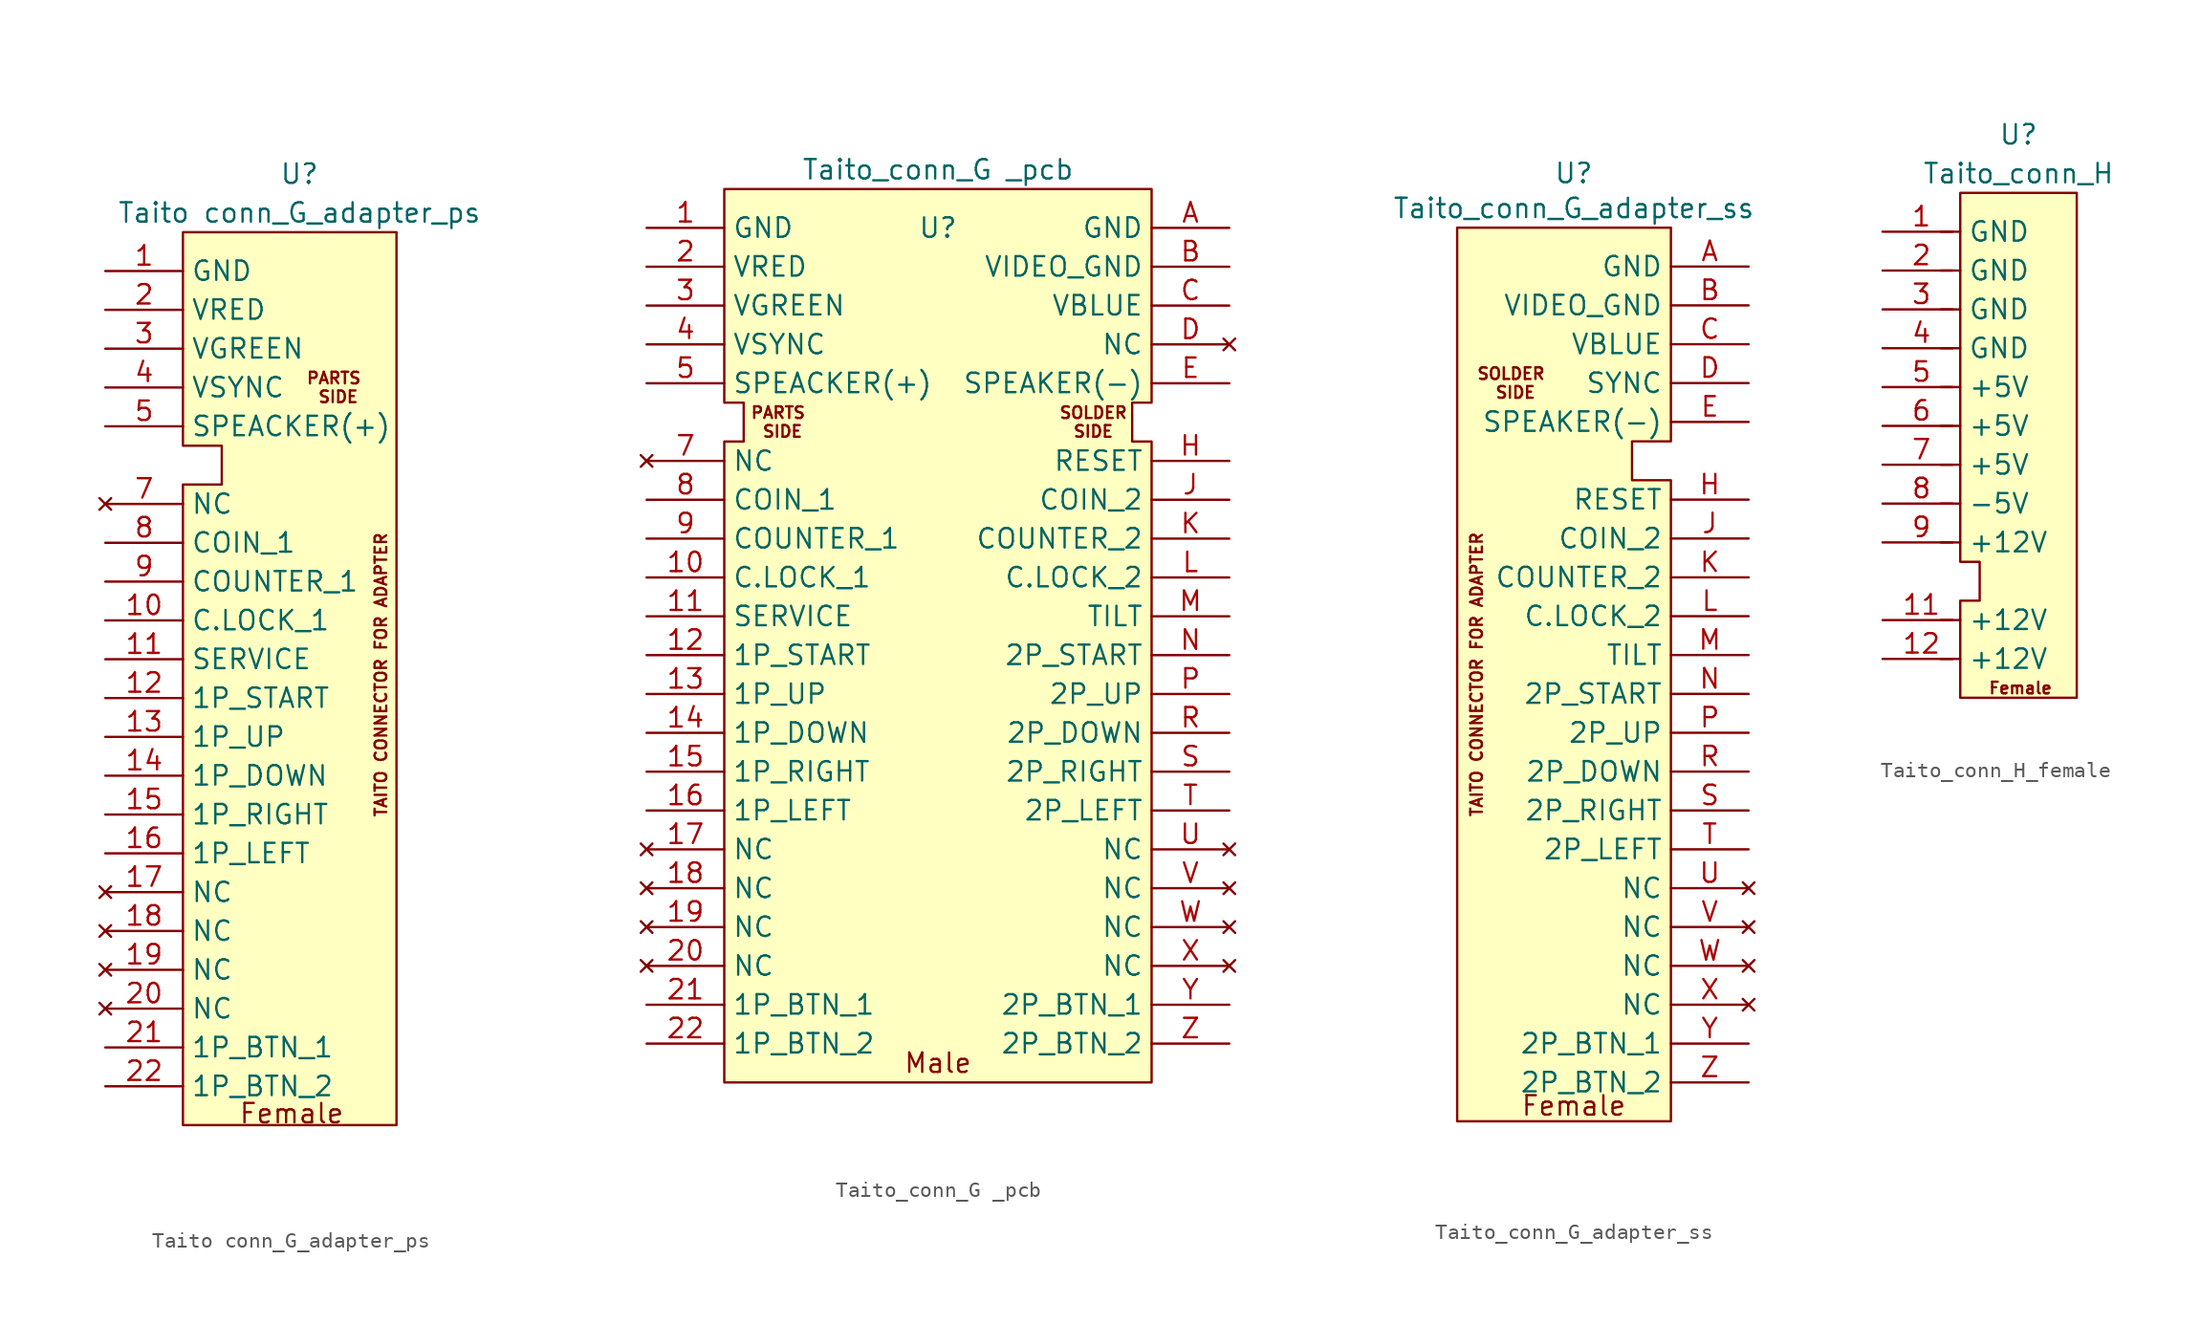
<source format=kicad_sym>
(kicad_symbol_lib
  (version 20220914)
  (generator kicad_symbol_editor)
  (symbol "Taito conn_G_adapter_ps"
    (property "Reference" "U"
      (at 0 31.75 0)
      (effects (font (size 1.27 1.27))))
    (property "Value" "Taito conn_G_adapter_ps"
      (at 0 29.21 0)
      (effects (font (size 1.27 1.27))))
    (symbol "Taito conn_G_adapter_ps_1_1"
      (polyline (pts (xy -5.08 13.97) (xy -7.62 13.97) (xy -7.62 27.94) (xy 6.35 27.94) (xy 6.35 -30.48) (xy -7.62 -30.48) (xy -7.62 11.43) (xy -5.08 11.43) (xy -5.08 13.97)) (stroke (width 0) (type default)) (fill (type background)))
      (text "Female" (at -0.508 -29.718 0) (effects (font (size 1.27 1.27))))
      (text "PARTS \nSIDE" (at 2.54 17.78 0) (effects (font (size 0.762 0.762))))
      (text "TAITO CONNECTOR FOR ADAPTER" (at 5.334 -1.016 900) (effects (font (size 0.762 0.762))))
      (pin passive line (at -12.7 25.4 0) (length 5.08) (name "GND" (effects (font (size 1.27 1.27)))) (number "1" (effects (font (size 1.27 1.27)))))
      (pin input line (at -12.7 2.54 0) (length 5.08) (name "C.LOCK_1" (effects (font (size 1.27 1.27)))) (number "10" (effects (font (size 1.27 1.27)))))
      (pin output line (at -12.7 0 0) (length 5.08) (name "SERVICE" (effects (font (size 1.27 1.27)))) (number "11" (effects (font (size 1.27 1.27)))))
      (pin output line (at -12.7 -2.54 0) (length 5.08) (name "1P_START" (effects (font (size 1.27 1.27)))) (number "12" (effects (font (size 1.27 1.27)))))
      (pin output line (at -12.7 -5.08 0) (length 5.08) (name "1P_UP" (effects (font (size 1.27 1.27)))) (number "13" (effects (font (size 1.27 1.27)))))
      (pin output line (at -12.7 -7.62 0) (length 5.08) (name "1P_DOWN" (effects (font (size 1.27 1.27)))) (number "14" (effects (font (size 1.27 1.27)))))
      (pin output line (at -12.7 -10.16 0) (length 5.08) (name "1P_RIGHT" (effects (font (size 1.27 1.27)))) (number "15" (effects (font (size 1.27 1.27)))))
      (pin output line (at -12.7 -12.7 0) (length 5.08) (name "1P_LEFT" (effects (font (size 1.27 1.27)))) (number "16" (effects (font (size 1.27 1.27)))))
      (pin no_connect line (at -12.7 -15.24 0) (length 5.08) (name "NC" (effects (font (size 1.27 1.27)))) (number "17" (effects (font (size 1.27 1.27)))))
      (pin no_connect line (at -12.7 -17.78 0) (length 5.08) (name "NC" (effects (font (size 1.27 1.27)))) (number "18" (effects (font (size 1.27 1.27)))))
      (pin no_connect line (at -12.7 -20.32 0) (length 5.08) (name "NC" (effects (font (size 1.27 1.27)))) (number "19" (effects (font (size 1.27 1.27)))))
      (pin input line (at -12.7 22.86 0) (length 5.08) (name "VRED" (effects (font (size 1.27 1.27)))) (number "2" (effects (font (size 1.27 1.27)))))
      (pin no_connect line (at -12.7 -22.86 0) (length 5.08) (name "NC" (effects (font (size 1.27 1.27)))) (number "20" (effects (font (size 1.27 1.27)))))
      (pin output line (at -12.7 -25.4 0) (length 5.08) (name "1P_BTN_1" (effects (font (size 1.27 1.27)))) (number "21" (effects (font (size 1.27 1.27)))))
      (pin output line (at -12.7 -27.94 0) (length 5.08) (name "1P_BTN_2" (effects (font (size 1.27 1.27)))) (number "22" (effects (font (size 1.27 1.27)))))
      (pin input line (at -12.7 20.32 0) (length 5.08) (name "VGREEN" (effects (font (size 1.27 1.27)))) (number "3" (effects (font (size 1.27 1.27)))))
      (pin input line (at -12.7 17.78 0) (length 5.08) (name "VSYNC" (effects (font (size 1.27 1.27)))) (number "4" (effects (font (size 1.27 1.27)))))
      (pin input line (at -12.7 15.24 0) (length 5.08) (name "SPEACKER(+)" (effects (font (size 1.27 1.27)))) (number "5" (effects (font (size 1.27 1.27)))))
      (pin no_connect line (at -12.7 10.16 0) (length 5.08) (name "NC" (effects (font (size 1.27 1.27)))) (number "7" (effects (font (size 1.27 1.27)))))
      (pin output line (at -12.7 7.62 0) (length 5.08) (name "COIN_1" (effects (font (size 1.27 1.27)))) (number "8" (effects (font (size 1.27 1.27)))))
      (pin input line (at -12.7 5.08 0) (length 5.08) (name "COUNTER_1" (effects (font (size 1.27 1.27)))) (number "9" (effects (font (size 1.27 1.27)))))))
  (symbol "Taito_conn_G _pcb"
    (property "Reference" "U"
      (at 0 27.94 0)
      (effects (font (size 1.27 1.27))))
    (property "Value" "Taito_conn_G _pcb"
      (at 0 31.75 0)
      (effects (font (size 1.27 1.27))))
    (symbol "Taito_conn_G _pcb_0_1"
      (polyline (pts (xy -13.97 30.48) (xy -13.97 16.51) (xy -12.7 16.51) (xy -12.7 13.97) (xy -13.97 13.97) (xy -13.97 -27.94) (xy 13.97 -27.94) (xy 13.97 13.97) (xy 12.7 13.97) (xy 12.7 16.51) (xy 13.97 16.51) (xy 13.97 30.48) (xy -13.97 30.48)) (stroke (width 0) (type default)) (fill (type background))))
    (symbol "Taito_conn_G _pcb_1_1"
      (text "Male" (at 0 -26.67 0) (effects (font (size 1.27 1.27))))
      (text "PARTS \nSIDE" (at -10.16 15.24 0) (effects (font (size 0.762 0.762))))
      (text "SOLDER\nSIDE" (at 10.16 15.24 0) (effects (font (size 0.762 0.762))))
      (pin passive line (at -19.05 27.94 0) (length 5.08) (name "GND" (effects (font (size 1.27 1.27)))) (number "1" (effects (font (size 1.27 1.27)))))
      (pin output line (at -19.05 5.08 0) (length 5.08) (name "C.LOCK_1" (effects (font (size 1.27 1.27)))) (number "10" (effects (font (size 1.27 1.27)))))
      (pin input line (at -19.05 2.54 0) (length 5.08) (name "SERVICE" (effects (font (size 1.27 1.27)))) (number "11" (effects (font (size 1.27 1.27)))))
      (pin input line (at -19.05 0 0) (length 5.08) (name "1P_START" (effects (font (size 1.27 1.27)))) (number "12" (effects (font (size 1.27 1.27)))))
      (pin input line (at -19.05 -2.54 0) (length 5.08) (name "1P_UP" (effects (font (size 1.27 1.27)))) (number "13" (effects (font (size 1.27 1.27)))))
      (pin input line (at -19.05 -5.08 0) (length 5.08) (name "1P_DOWN" (effects (font (size 1.27 1.27)))) (number "14" (effects (font (size 1.27 1.27)))))
      (pin input line (at -19.05 -7.62 0) (length 5.08) (name "1P_RIGHT" (effects (font (size 1.27 1.27)))) (number "15" (effects (font (size 1.27 1.27)))))
      (pin input line (at -19.05 -10.16 0) (length 5.08) (name "1P_LEFT" (effects (font (size 1.27 1.27)))) (number "16" (effects (font (size 1.27 1.27)))))
      (pin no_connect line (at -19.05 -12.7 0) (length 5.08) (name "NC" (effects (font (size 1.27 1.27)))) (number "17" (effects (font (size 1.27 1.27)))))
      (pin no_connect line (at -19.05 -15.24 0) (length 5.08) (name "NC" (effects (font (size 1.27 1.27)))) (number "18" (effects (font (size 1.27 1.27)))))
      (pin no_connect line (at -19.05 -17.78 0) (length 5.08) (name "NC" (effects (font (size 1.27 1.27)))) (number "19" (effects (font (size 1.27 1.27)))))
      (pin output line (at -19.05 25.4 0) (length 5.08) (name "VRED" (effects (font (size 1.27 1.27)))) (number "2" (effects (font (size 1.27 1.27)))))
      (pin no_connect line (at -19.05 -20.32 0) (length 5.08) (name "NC" (effects (font (size 1.27 1.27)))) (number "20" (effects (font (size 1.27 1.27)))))
      (pin input line (at -19.05 -22.86 0) (length 5.08) (name "1P_BTN_1" (effects (font (size 1.27 1.27)))) (number "21" (effects (font (size 1.27 1.27)))))
      (pin input line (at -19.05 -25.4 0) (length 5.08) (name "1P_BTN_2" (effects (font (size 1.27 1.27)))) (number "22" (effects (font (size 1.27 1.27)))))
      (pin output line (at -19.05 22.86 0) (length 5.08) (name "VGREEN" (effects (font (size 1.27 1.27)))) (number "3" (effects (font (size 1.27 1.27)))))
      (pin output line (at -19.05 20.32 0) (length 5.08) (name "VSYNC" (effects (font (size 1.27 1.27)))) (number "4" (effects (font (size 1.27 1.27)))))
      (pin output line (at -19.05 17.78 0) (length 5.08) (name "SPEACKER(+)" (effects (font (size 1.27 1.27)))) (number "5" (effects (font (size 1.27 1.27)))))
      (pin no_connect line (at -19.05 12.7 0) (length 5.08) (name "NC" (effects (font (size 1.27 1.27)))) (number "7" (effects (font (size 1.27 1.27)))))
      (pin input line (at -19.05 10.16 0) (length 5.08) (name "COIN_1" (effects (font (size 1.27 1.27)))) (number "8" (effects (font (size 1.27 1.27)))))
      (pin output line (at -19.05 7.62 0) (length 5.08) (name "COUNTER_1" (effects (font (size 1.27 1.27)))) (number "9" (effects (font (size 1.27 1.27)))))
      (pin passive line (at 19.05 27.94 180) (length 5.08) (name "GND" (effects (font (size 1.27 1.27)))) (number "A" (effects (font (size 1.27 1.27)))))
      (pin passive line (at 19.05 25.4 180) (length 5.08) (name "VIDEO_GND" (effects (font (size 1.27 1.27)))) (number "B" (effects (font (size 1.27 1.27)))))
      (pin output line (at 19.05 22.86 180) (length 5.08) (name "VBLUE" (effects (font (size 1.27 1.27)))) (number "C" (effects (font (size 1.27 1.27)))))
      (pin no_connect line (at 19.05 20.32 180) (length 5.08) (name "NC" (effects (font (size 1.27 1.27)))) (number "D" (effects (font (size 1.27 1.27)))))
      (pin output line (at 19.05 17.78 180) (length 5.08) (name "SPEAKER(-)" (effects (font (size 1.27 1.27)))) (number "E" (effects (font (size 1.27 1.27)))))
      (pin passive line (at 19.05 12.7 180) (length 5.08) (name "RESET" (effects (font (size 1.27 1.27)))) (number "H" (effects (font (size 1.27 1.27)))))
      (pin input line (at 19.05 10.16 180) (length 5.08) (name "COIN_2" (effects (font (size 1.27 1.27)))) (number "J" (effects (font (size 1.27 1.27)))))
      (pin output line (at 19.05 7.62 180) (length 5.08) (name "COUNTER_2" (effects (font (size 1.27 1.27)))) (number "K" (effects (font (size 1.27 1.27)))))
      (pin output line (at 19.05 5.08 180) (length 5.08) (name "C.LOCK_2" (effects (font (size 1.27 1.27)))) (number "L" (effects (font (size 1.27 1.27)))))
      (pin input line (at 19.05 2.54 180) (length 5.08) (name "TILT" (effects (font (size 1.27 1.27)))) (number "M" (effects (font (size 1.27 1.27)))))
      (pin input line (at 19.05 0 180) (length 5.08) (name "2P_START" (effects (font (size 1.27 1.27)))) (number "N" (effects (font (size 1.27 1.27)))))
      (pin input line (at 19.05 -2.54 180) (length 5.08) (name "2P_UP" (effects (font (size 1.27 1.27)))) (number "P" (effects (font (size 1.27 1.27)))))
      (pin input line (at 19.05 -5.08 180) (length 5.08) (name "2P_DOWN" (effects (font (size 1.27 1.27)))) (number "R" (effects (font (size 1.27 1.27)))))
      (pin input line (at 19.05 -7.62 180) (length 5.08) (name "2P_RIGHT" (effects (font (size 1.27 1.27)))) (number "S" (effects (font (size 1.27 1.27)))))
      (pin input line (at 19.05 -10.16 180) (length 5.08) (name "2P_LEFT" (effects (font (size 1.27 1.27)))) (number "T" (effects (font (size 1.27 1.27)))))
      (pin no_connect line (at 19.05 -12.7 180) (length 5.08) (name "NC" (effects (font (size 1.27 1.27)))) (number "U" (effects (font (size 1.27 1.27)))))
      (pin no_connect line (at 19.05 -15.24 180) (length 5.08) (name "NC" (effects (font (size 1.27 1.27)))) (number "V" (effects (font (size 1.27 1.27)))))
      (pin no_connect line (at 19.05 -17.78 180) (length 5.08) (name "NC" (effects (font (size 1.27 1.27)))) (number "W" (effects (font (size 1.27 1.27)))))
      (pin no_connect line (at 19.05 -20.32 180) (length 5.08) (name "NC" (effects (font (size 1.27 1.27)))) (number "X" (effects (font (size 1.27 1.27)))))
      (pin input line (at 19.05 -22.86 180) (length 5.08) (name "2P_BTN_1" (effects (font (size 1.27 1.27)))) (number "Y" (effects (font (size 1.27 1.27)))))
      (pin input line (at 19.05 -25.4 180) (length 5.08) (name "2P_BTN_2" (effects (font (size 1.27 1.27)))) (number "Z" (effects (font (size 1.27 1.27)))))))
  (symbol "Taito_conn_G_adapter_ss"
    (property "Reference" "U"
      (at 0 31.496 0)
      (effects (font (size 1.27 1.27))))
    (property "Value" "Taito_conn_G_adapter_ss"
      (at 0 29.21 0)
      (effects (font (size 1.27 1.27))))
    (symbol "Taito_conn_G_adapter_ss_1_1"
      (polyline (pts (xy 3.81 13.97) (xy 6.35 13.97) (xy 6.35 27.94) (xy -7.62 27.94) (xy -7.62 -30.48) (xy 6.35 -30.48) (xy 6.35 11.43) (xy 3.81 11.43) (xy 3.81 13.97)) (stroke (width 0) (type default)) (fill (type background)))
      (text "Female" (at 0 -29.464 0) (effects (font (size 1.27 1.27))))
      (text "SOLDER \nSIDE" (at -3.81 17.78 0) (effects (font (size 0.762 0.762))))
      (text "TAITO CONNECTOR FOR ADAPTER" (at -6.35 -1.27 900) (effects (font (size 0.762 0.762))))
      (pin power_out line (at 11.43 25.4 180) (length 5.08) (name "GND" (effects (font (size 1.27 1.27)))) (number "A" (effects (font (size 1.27 1.27)))))
      (pin passive line (at 11.43 22.86 180) (length 5.08) (name "VIDEO_GND" (effects (font (size 1.27 1.27)))) (number "B" (effects (font (size 1.27 1.27)))))
      (pin input line (at 11.43 20.32 180) (length 5.08) (name "VBLUE" (effects (font (size 1.27 1.27)))) (number "C" (effects (font (size 1.27 1.27)))))
      (pin passive line (at 11.43 17.78 180) (length 5.08) (name "SYNC" (effects (font (size 1.27 1.27)))) (number "D" (effects (font (size 1.27 1.27)))))
      (pin input line (at 11.43 15.24 180) (length 5.08) (name "SPEAKER(-)" (effects (font (size 1.27 1.27)))) (number "E" (effects (font (size 1.27 1.27)))))
      (pin passive line (at 11.43 10.16 180) (length 5.08) (name "RESET" (effects (font (size 1.27 1.27)))) (number "H" (effects (font (size 1.27 1.27)))))
      (pin output line (at 11.43 7.62 180) (length 5.08) (name "COIN_2" (effects (font (size 1.27 1.27)))) (number "J" (effects (font (size 1.27 1.27)))))
      (pin input line (at 11.43 5.08 180) (length 5.08) (name "COUNTER_2" (effects (font (size 1.27 1.27)))) (number "K" (effects (font (size 1.27 1.27)))))
      (pin input line (at 11.43 2.54 180) (length 5.08) (name "C.LOCK_2" (effects (font (size 1.27 1.27)))) (number "L" (effects (font (size 1.27 1.27)))))
      (pin output line (at 11.43 0 180) (length 5.08) (name "TILT" (effects (font (size 1.27 1.27)))) (number "M" (effects (font (size 1.27 1.27)))))
      (pin output line (at 11.43 -2.54 180) (length 5.08) (name "2P_START" (effects (font (size 1.27 1.27)))) (number "N" (effects (font (size 1.27 1.27)))))
      (pin output line (at 11.43 -5.08 180) (length 5.08) (name "2P_UP" (effects (font (size 1.27 1.27)))) (number "P" (effects (font (size 1.27 1.27)))))
      (pin output line (at 11.43 -7.62 180) (length 5.08) (name "2P_DOWN" (effects (font (size 1.27 1.27)))) (number "R" (effects (font (size 1.27 1.27)))))
      (pin output line (at 11.43 -10.16 180) (length 5.08) (name "2P_RIGHT" (effects (font (size 1.27 1.27)))) (number "S" (effects (font (size 1.27 1.27)))))
      (pin output line (at 11.43 -12.7 180) (length 5.08) (name "2P_LEFT" (effects (font (size 1.27 1.27)))) (number "T" (effects (font (size 1.27 1.27)))))
      (pin no_connect line (at 11.43 -15.24 180) (length 5.08) (name "NC" (effects (font (size 1.27 1.27)))) (number "U" (effects (font (size 1.27 1.27)))))
      (pin no_connect line (at 11.43 -17.78 180) (length 5.08) (name "NC" (effects (font (size 1.27 1.27)))) (number "V" (effects (font (size 1.27 1.27)))))
      (pin no_connect line (at 11.43 -20.32 180) (length 5.08) (name "NC" (effects (font (size 1.27 1.27)))) (number "W" (effects (font (size 1.27 1.27)))))
      (pin no_connect line (at 11.43 -22.86 180) (length 5.08) (name "NC" (effects (font (size 1.27 1.27)))) (number "X" (effects (font (size 1.27 1.27)))))
      (pin output line (at 11.43 -25.4 180) (length 5.08) (name "2P_BTN_1" (effects (font (size 1.27 1.27)))) (number "Y" (effects (font (size 1.27 1.27)))))
      (pin output line (at 11.43 -27.94 180) (length 5.08) (name "2P_BTN_2" (effects (font (size 1.27 1.27)))) (number "Z" (effects (font (size 1.27 1.27)))))))
  (symbol "Taito_conn_H_female"
    (property "Reference" "U"
      (at 0 19.05 0)
      (effects (font (size 1.27 1.27))))
    (property "Value" "Taito_conn_H"
      (at 0 16.51 0)
      (effects (font (size 1.27 1.27))))
    (symbol "Taito_conn_H_female_1_1"
      (polyline (pts (xy -5.08 -15.24) (xy -4.318 -15.24)) (stroke (width 0.152) (type default)) (fill (type none)))
      (polyline (pts (xy -5.08 -12.7) (xy -4.318 -12.7)) (stroke (width 0.152) (type default)) (fill (type none)))
      (polyline (pts (xy -5.08 -7.62) (xy -4.318 -7.62)) (stroke (width 0.152) (type default)) (fill (type none)))
      (polyline (pts (xy -5.08 -5.08) (xy -4.318 -5.08)) (stroke (width 0.152) (type default)) (fill (type none)))
      (polyline (pts (xy -5.08 -2.54) (xy -4.318 -2.54)) (stroke (width 0.152) (type default)) (fill (type none)))
      (polyline (pts (xy -5.08 0) (xy -4.318 0)) (stroke (width 0.152) (type default)) (fill (type none)))
      (polyline (pts (xy -5.08 2.54) (xy -4.318 2.54)) (stroke (width 0.152) (type default)) (fill (type none)))
      (polyline (pts (xy -5.08 5.08) (xy -4.318 5.08)) (stroke (width 0.152) (type default)) (fill (type none)))
      (polyline (pts (xy -5.08 7.62) (xy -4.318 7.62)) (stroke (width 0.152) (type default)) (fill (type none)))
      (polyline (pts (xy -5.08 10.16) (xy -4.318 10.16)) (stroke (width 0.152) (type default)) (fill (type none)))
      (polyline (pts (xy -5.08 12.7) (xy -4.318 12.7)) (stroke (width 0.152) (type default)) (fill (type none)))
      (polyline (pts (xy -3.81 15.24) (xy -3.81 -8.89) (xy -2.54 -8.89) (xy -2.54 -11.43) (xy -3.81 -11.43) (xy -3.81 -17.78) (xy 3.81 -17.78) (xy 3.81 15.24) (xy -3.81 15.24)) (stroke (width 0) (type default)) (fill (type background)))
      (text "Female" (at 0.127 -17.145 0) (effects (font (size 0.762 0.762))))
      (pin passive line (at -8.89 12.7 0) (length 5.08) (name "GND" (effects (font (size 1.27 1.27)))) (number "1" (effects (font (size 1.27 1.27)))))
      (pin passive line (at -8.89 -12.7 0) (length 5.08) (name "+12V" (effects (font (size 1.27 1.27)))) (number "11" (effects (font (size 1.27 1.27)))))
      (pin passive line (at -8.89 -15.24 0) (length 5.08) (name "+12V" (effects (font (size 1.27 1.27)))) (number "12" (effects (font (size 1.27 1.27)))))
      (pin passive line (at -8.89 10.16 0) (length 5.08) (name "GND" (effects (font (size 1.27 1.27)))) (number "2" (effects (font (size 1.27 1.27)))))
      (pin passive line (at -8.89 7.62 0) (length 5.08) (name "GND" (effects (font (size 1.27 1.27)))) (number "3" (effects (font (size 1.27 1.27)))))
      (pin passive line (at -8.89 5.08 0) (length 5.08) (name "GND" (effects (font (size 1.27 1.27)))) (number "4" (effects (font (size 1.27 1.27)))))
      (pin passive line (at -8.89 2.54 0) (length 5.08) (name "+5V" (effects (font (size 1.27 1.27)))) (number "5" (effects (font (size 1.27 1.27)))))
      (pin passive line (at -8.89 0 0) (length 5.08) (name "+5V" (effects (font (size 1.27 1.27)))) (number "6" (effects (font (size 1.27 1.27)))))
      (pin passive line (at -8.89 -2.54 0) (length 5.08) (name "+5V" (effects (font (size 1.27 1.27)))) (number "7" (effects (font (size 1.27 1.27)))))
      (pin passive line (at -8.89 -5.08 0) (length 5.08) (name "-5V" (effects (font (size 1.27 1.27)))) (number "8" (effects (font (size 1.27 1.27)))))
      (pin passive line (at -8.89 -7.62 0) (length 5.08) (name "+12V" (effects (font (size 1.27 1.27)))) (number "9" (effects (font (size 1.27 1.27))))))))
</source>
